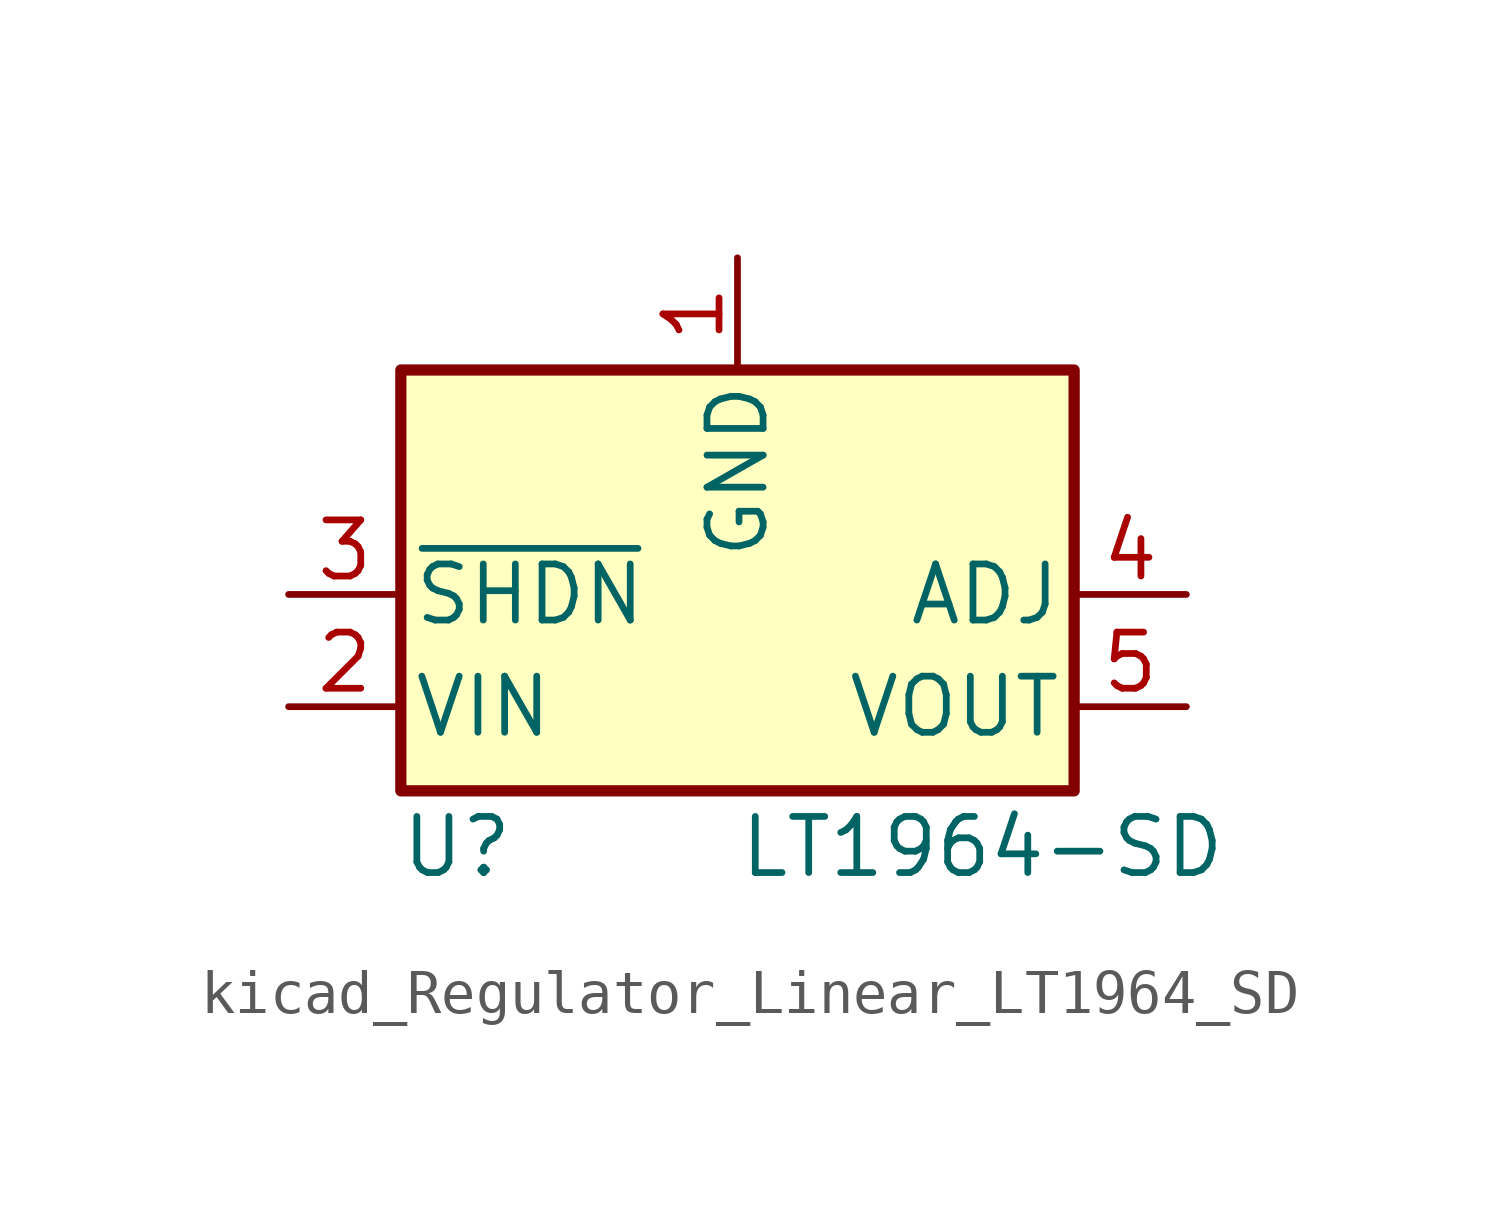
<source format=kicad_sym>
(kicad_symbol_lib
  (version 20220914)
  (generator kicad_symbol_editor)
  (symbol "kicad_Regulator_Linear_LT1964_SD"
    (pin_names
      (offset 0.254))
    (property "Reference" "U"
      (at -6.35 -5.715 0)
      (effects (font (size 1.27 1.27))))
    (property "Value" "LT1964-SD"
      (at 0 -5.715 0)
      (effects (font (size 1.27 1.27)) (justify left)))
    (symbol "kicad_Regulator_Linear_LT1964_SD_0_1"
      (rectangle (start -7.62 5.08) (end 7.62 -4.445) (stroke (width 0.254) (type default)) (fill (type background))))
    (symbol "kicad_Regulator_Linear_LT1964_SD_1_1"
      (pin power_in line (at 0 7.62 270) (length 2.54) (name "GND" (effects (font (size 1.27 1.27)))) (number "1" (effects (font (size 1.27 1.27)))))
      (pin power_in line (at -10.16 -2.54 0) (length 2.54) (name "VIN" (effects (font (size 1.27 1.27)))) (number "2" (effects (font (size 1.27 1.27)))))
      (pin input line (at -10.16 0 0) (length 2.54) (name "~{SHDN}" (effects (font (size 1.27 1.27)))) (number "3" (effects (font (size 1.27 1.27)))))
      (pin input line (at 10.16 0 180) (length 2.54) (name "ADJ" (effects (font (size 1.27 1.27)))) (number "4" (effects (font (size 1.27 1.27)))))
      (pin power_out line (at 10.16 -2.54 180) (length 2.54) (name "VOUT" (effects (font (size 1.27 1.27)))) (number "5" (effects (font (size 1.27 1.27))))))))
</source>
